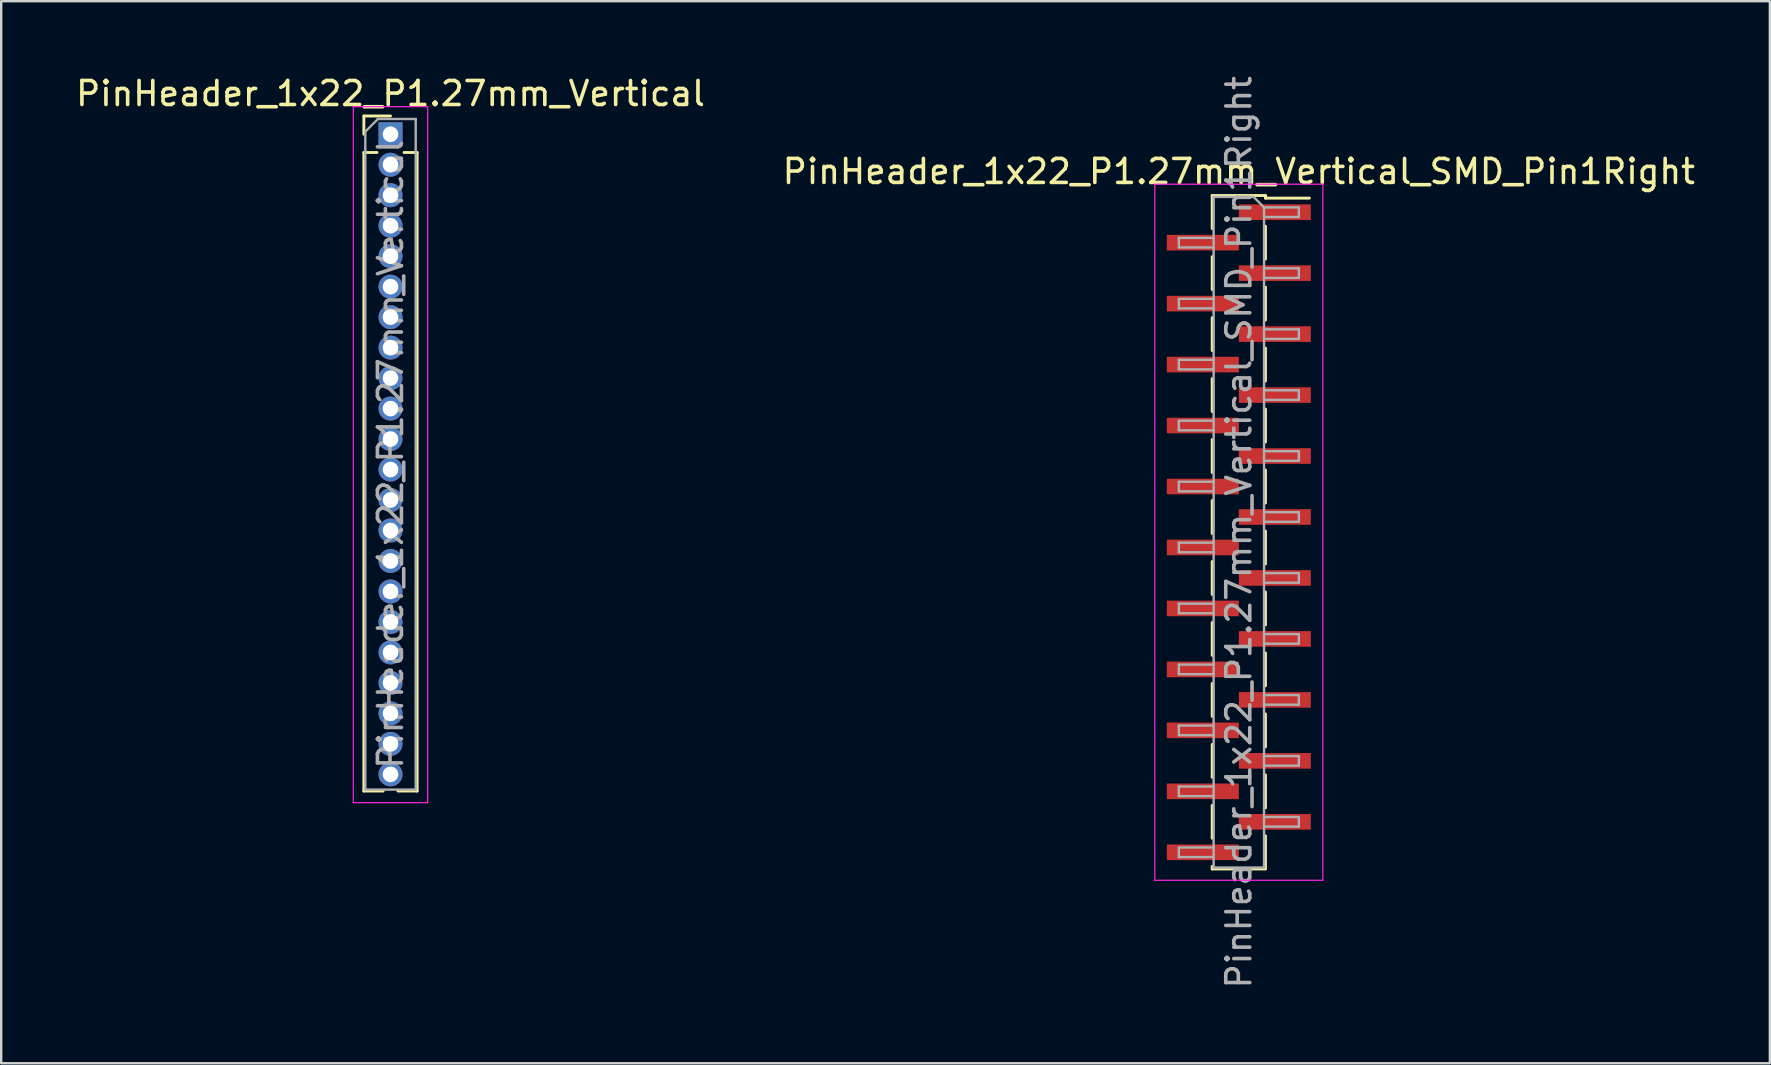
<source format=kicad_pcb>
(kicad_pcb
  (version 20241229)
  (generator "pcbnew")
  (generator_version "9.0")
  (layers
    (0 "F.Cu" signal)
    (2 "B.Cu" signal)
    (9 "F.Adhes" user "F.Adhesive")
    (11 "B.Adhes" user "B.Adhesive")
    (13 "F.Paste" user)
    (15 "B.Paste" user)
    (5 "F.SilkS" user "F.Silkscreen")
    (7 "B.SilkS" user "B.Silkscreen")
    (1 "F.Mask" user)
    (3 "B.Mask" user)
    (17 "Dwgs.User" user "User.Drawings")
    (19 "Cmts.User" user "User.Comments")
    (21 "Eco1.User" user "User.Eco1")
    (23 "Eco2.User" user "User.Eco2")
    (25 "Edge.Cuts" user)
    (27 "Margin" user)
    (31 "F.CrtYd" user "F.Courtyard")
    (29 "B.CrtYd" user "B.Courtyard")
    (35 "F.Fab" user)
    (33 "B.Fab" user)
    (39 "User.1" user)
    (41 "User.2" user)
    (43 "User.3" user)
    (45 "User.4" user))
  (footprint "PinHeader_1x22_P1.27mm_Vertical_SMD_Pin1Right"
    (layer "F.Cu")
    (at 48.565 19.125)
    (property "Reference" "PinHeader_1x22_P1.27mm_Vertical_SMD_Pin1Right" (at 0 -15.03 0) (layer "F.SilkS") (effects (font (size 1 1) (thickness 0.15))))
    (attr smd)
    (fp_line (start -1.11 -14.03) (end 1.11 -14.03) (stroke (width 0.12) (type solid)) (layer "F.SilkS"))
    (fp_line (start -1.11 -14.02) (end -1.11 -12.65) (stroke (width 0.12) (type solid)) (layer "F.SilkS"))
    (fp_line (start -1.11 -11.48) (end -1.11 -10.11) (stroke (width 0.12) (type solid)) (layer "F.SilkS"))
    (fp_line (start -1.11 -8.94) (end -1.11 -7.57) (stroke (width 0.12) (type solid)) (layer "F.SilkS"))
    (fp_line (start -1.11 -6.4) (end -1.11 -5.03) (stroke (width 0.12) (type solid)) (layer "F.SilkS"))
    (fp_line (start -1.11 -3.86) (end -1.11 -2.49) (stroke (width 0.12) (type solid)) (layer "F.SilkS"))
    (fp_line (start -1.11 -1.32) (end -1.11 0.05) (stroke (width 0.12) (type solid)) (layer "F.SilkS"))
    (fp_line (start -1.11 1.22) (end -1.11 2.59) (stroke (width 0.12) (type solid)) (layer "F.SilkS"))
    (fp_line (start -1.11 3.76) (end -1.11 5.13) (stroke (width 0.12) (type solid)) (layer "F.SilkS"))
    (fp_line (start -1.11 6.3) (end -1.11 7.67) (stroke (width 0.12) (type solid)) (layer "F.SilkS"))
    (fp_line (start -1.11 8.84) (end -1.11 10.21) (stroke (width 0.12) (type solid)) (layer "F.SilkS"))
    (fp_line (start -1.11 11.38) (end -1.11 12.75) (stroke (width 0.12) (type solid)) (layer "F.SilkS"))
    (fp_line (start -1.11 13.92) (end -1.11 14.03) (stroke (width 0.12) (type solid)) (layer "F.SilkS"))
    (fp_line (start -1.11 14.03) (end 1.11 14.03) (stroke (width 0.12) (type solid)) (layer "F.SilkS"))
    (fp_line (start 1.11 -14.03) (end 1.11 -13.92) (stroke (width 0.12) (type solid)) (layer "F.SilkS"))
    (fp_line (start 1.11 -13.92) (end 2.94 -13.92) (stroke (width 0.12) (type solid)) (layer "F.SilkS"))
    (fp_line (start 1.11 -12.75) (end 1.11 -11.38) (stroke (width 0.12) (type solid)) (layer "F.SilkS"))
    (fp_line (start 1.11 -10.21) (end 1.11 -8.84) (stroke (width 0.12) (type solid)) (layer "F.SilkS"))
    (fp_line (start 1.11 -7.67) (end 1.11 -6.3) (stroke (width 0.12) (type solid)) (layer "F.SilkS"))
    (fp_line (start 1.11 -5.13) (end 1.11 -3.76) (stroke (width 0.12) (type solid)) (layer "F.SilkS"))
    (fp_line (start 1.11 -2.59) (end 1.11 -1.22) (stroke (width 0.12) (type solid)) (layer "F.SilkS"))
    (fp_line (start 1.11 -0.05) (end 1.11 1.32) (stroke (width 0.12) (type solid)) (layer "F.SilkS"))
    (fp_line (start 1.11 2.49) (end 1.11 3.86) (stroke (width 0.12) (type solid)) (layer "F.SilkS"))
    (fp_line (start 1.11 5.03) (end 1.11 6.4) (stroke (width 0.12) (type solid)) (layer "F.SilkS"))
    (fp_line (start 1.11 7.57) (end 1.11 8.94) (stroke (width 0.12) (type solid)) (layer "F.SilkS"))
    (fp_line (start 1.11 10.11) (end 1.11 11.48) (stroke (width 0.12) (type solid)) (layer "F.SilkS"))
    (fp_line (start 1.11 12.65) (end 1.11 14.02) (stroke (width 0.12) (type solid)) (layer "F.SilkS"))
    (fp_line (start -3.5 -14.5) (end -3.5 14.5) (stroke (width 0.05) (type solid)) (layer "F.CrtYd"))
    (fp_line (start -3.5 14.5) (end 3.5 14.5) (stroke (width 0.05) (type solid)) (layer "F.CrtYd"))
    (fp_line (start 3.5 -14.5) (end -3.5 -14.5) (stroke (width 0.05) (type solid)) (layer "F.CrtYd"))
    (fp_line (start 3.5 14.5) (end 3.5 -14.5) (stroke (width 0.05) (type solid)) (layer "F.CrtYd"))
    (fp_line (start -2.5 -12.265) (end -2.5 -11.865) (stroke (width 0.1) (type solid)) (layer "F.Fab"))
    (fp_line (start -2.5 -11.865) (end -1.05 -11.865) (stroke (width 0.1) (type solid)) (layer "F.Fab"))
    (fp_line (start -2.5 -9.725) (end -2.5 -9.325) (stroke (width 0.1) (type solid)) (layer "F.Fab"))
    (fp_line (start -2.5 -9.325) (end -1.05 -9.325) (stroke (width 0.1) (type solid)) (layer "F.Fab"))
    (fp_line (start -2.5 -7.185) (end -2.5 -6.785) (stroke (width 0.1) (type solid)) (layer "F.Fab"))
    (fp_line (start -2.5 -6.785) (end -1.05 -6.785) (stroke (width 0.1) (type solid)) (layer "F.Fab"))
    (fp_line (start -2.5 -4.645) (end -2.5 -4.245) (stroke (width 0.1) (type solid)) (layer "F.Fab"))
    (fp_line (start -2.5 -4.245) (end -1.05 -4.245) (stroke (width 0.1) (type solid)) (layer "F.Fab"))
    (fp_line (start -2.5 -2.105) (end -2.5 -1.705) (stroke (width 0.1) (type solid)) (layer "F.Fab"))
    (fp_line (start -2.5 -1.705) (end -1.05 -1.705) (stroke (width 0.1) (type solid)) (layer "F.Fab"))
    (fp_line (start -2.5 0.435) (end -2.5 0.835) (stroke (width 0.1) (type solid)) (layer "F.Fab"))
    (fp_line (start -2.5 0.835) (end -1.05 0.835) (stroke (width 0.1) (type solid)) (layer "F.Fab"))
    (fp_line (start -2.5 2.975) (end -2.5 3.375) (stroke (width 0.1) (type solid)) (layer "F.Fab"))
    (fp_line (start -2.5 3.375) (end -1.05 3.375) (stroke (width 0.1) (type solid)) (layer "F.Fab"))
    (fp_line (start -2.5 5.515) (end -2.5 5.915) (stroke (width 0.1) (type solid)) (layer "F.Fab"))
    (fp_line (start -2.5 5.915) (end -1.05 5.915) (stroke (width 0.1) (type solid)) (layer "F.Fab"))
    (fp_line (start -2.5 8.055) (end -2.5 8.455) (stroke (width 0.1) (type solid)) (layer "F.Fab"))
    (fp_line (start -2.5 8.455) (end -1.05 8.455) (stroke (width 0.1) (type solid)) (layer "F.Fab"))
    (fp_line (start -2.5 10.595) (end -2.5 10.995) (stroke (width 0.1) (type solid)) (layer "F.Fab"))
    (fp_line (start -2.5 10.995) (end -1.05 10.995) (stroke (width 0.1) (type solid)) (layer "F.Fab"))
    (fp_line (start -2.5 13.135) (end -2.5 13.535) (stroke (width 0.1) (type solid)) (layer "F.Fab"))
    (fp_line (start -2.5 13.535) (end -1.05 13.535) (stroke (width 0.1) (type solid)) (layer "F.Fab"))
    (fp_line (start -1.05 -13.97) (end -1.05 13.97) (stroke (width 0.1) (type solid)) (layer "F.Fab"))
    (fp_line (start -1.05 -13.97) (end 0.615 -13.97) (stroke (width 0.1) (type solid)) (layer "F.Fab"))
    (fp_line (start -1.05 -12.265) (end -2.5 -12.265) (stroke (width 0.1) (type solid)) (layer "F.Fab"))
    (fp_line (start -1.05 -9.725) (end -2.5 -9.725) (stroke (width 0.1) (type solid)) (layer "F.Fab"))
    (fp_line (start -1.05 -7.185) (end -2.5 -7.185) (stroke (width 0.1) (type solid)) (layer "F.Fab"))
    (fp_line (start -1.05 -4.645) (end -2.5 -4.645) (stroke (width 0.1) (type solid)) (layer "F.Fab"))
    (fp_line (start -1.05 -2.105) (end -2.5 -2.105) (stroke (width 0.1) (type solid)) (layer "F.Fab"))
    (fp_line (start -1.05 0.435) (end -2.5 0.435) (stroke (width 0.1) (type solid)) (layer "F.Fab"))
    (fp_line (start -1.05 2.975) (end -2.5 2.975) (stroke (width 0.1) (type solid)) (layer "F.Fab"))
    (fp_line (start -1.05 5.515) (end -2.5 5.515) (stroke (width 0.1) (type solid)) (layer "F.Fab"))
    (fp_line (start -1.05 8.055) (end -2.5 8.055) (stroke (width 0.1) (type solid)) (layer "F.Fab"))
    (fp_line (start -1.05 10.595) (end -2.5 10.595) (stroke (width 0.1) (type solid)) (layer "F.Fab"))
    (fp_line (start -1.05 13.135) (end -2.5 13.135) (stroke (width 0.1) (type solid)) (layer "F.Fab"))
    (fp_line (start 1.05 -13.535) (end 0.615 -13.97) (stroke (width 0.1) (type solid)) (layer "F.Fab"))
    (fp_line (start 1.05 -13.535) (end 2.5 -13.535) (stroke (width 0.1) (type solid)) (layer "F.Fab"))
    (fp_line (start 1.05 -10.995) (end 2.5 -10.995) (stroke (width 0.1) (type solid)) (layer "F.Fab"))
    (fp_line (start 1.05 -8.455) (end 2.5 -8.455) (stroke (width 0.1) (type solid)) (layer "F.Fab"))
    (fp_line (start 1.05 -5.915) (end 2.5 -5.915) (stroke (width 0.1) (type solid)) (layer "F.Fab"))
    (fp_line (start 1.05 -3.375) (end 2.5 -3.375) (stroke (width 0.1) (type solid)) (layer "F.Fab"))
    (fp_line (start 1.05 -0.835) (end 2.5 -0.835) (stroke (width 0.1) (type solid)) (layer "F.Fab"))
    (fp_line (start 1.05 1.705) (end 2.5 1.705) (stroke (width 0.1) (type solid)) (layer "F.Fab"))
    (fp_line (start 1.05 4.245) (end 2.5 4.245) (stroke (width 0.1) (type solid)) (layer "F.Fab"))
    (fp_line (start 1.05 6.785) (end 2.5 6.785) (stroke (width 0.1) (type solid)) (layer "F.Fab"))
    (fp_line (start 1.05 9.325) (end 2.5 9.325) (stroke (width 0.1) (type solid)) (layer "F.Fab"))
    (fp_line (start 1.05 11.865) (end 2.5 11.865) (stroke (width 0.1) (type solid)) (layer "F.Fab"))
    (fp_line (start 1.05 13.97) (end -1.05 13.97) (stroke (width 0.1) (type solid)) (layer "F.Fab"))
    (fp_line (start 1.05 13.97) (end 1.05 -13.535) (stroke (width 0.1) (type solid)) (layer "F.Fab"))
    (fp_line (start 2.5 -13.535) (end 2.5 -13.135) (stroke (width 0.1) (type solid)) (layer "F.Fab"))
    (fp_line (start 2.5 -13.135) (end 1.05 -13.135) (stroke (width 0.1) (type solid)) (layer "F.Fab"))
    (fp_line (start 2.5 -10.995) (end 2.5 -10.595) (stroke (width 0.1) (type solid)) (layer "F.Fab"))
    (fp_line (start 2.5 -10.595) (end 1.05 -10.595) (stroke (width 0.1) (type solid)) (layer "F.Fab"))
    (fp_line (start 2.5 -8.455) (end 2.5 -8.055) (stroke (width 0.1) (type solid)) (layer "F.Fab"))
    (fp_line (start 2.5 -8.055) (end 1.05 -8.055) (stroke (width 0.1) (type solid)) (layer "F.Fab"))
    (fp_line (start 2.5 -5.915) (end 2.5 -5.515) (stroke (width 0.1) (type solid)) (layer "F.Fab"))
    (fp_line (start 2.5 -5.515) (end 1.05 -5.515) (stroke (width 0.1) (type solid)) (layer "F.Fab"))
    (fp_line (start 2.5 -3.375) (end 2.5 -2.975) (stroke (width 0.1) (type solid)) (layer "F.Fab"))
    (fp_line (start 2.5 -2.975) (end 1.05 -2.975) (stroke (width 0.1) (type solid)) (layer "F.Fab"))
    (fp_line (start 2.5 -0.835) (end 2.5 -0.435) (stroke (width 0.1) (type solid)) (layer "F.Fab"))
    (fp_line (start 2.5 -0.435) (end 1.05 -0.435) (stroke (width 0.1) (type solid)) (layer "F.Fab"))
    (fp_line (start 2.5 1.705) (end 2.5 2.105) (stroke (width 0.1) (type solid)) (layer "F.Fab"))
    (fp_line (start 2.5 2.105) (end 1.05 2.105) (stroke (width 0.1) (type solid)) (layer "F.Fab"))
    (fp_line (start 2.5 4.245) (end 2.5 4.645) (stroke (width 0.1) (type solid)) (layer "F.Fab"))
    (fp_line (start 2.5 4.645) (end 1.05 4.645) (stroke (width 0.1) (type solid)) (layer "F.Fab"))
    (fp_line (start 2.5 6.785) (end 2.5 7.185) (stroke (width 0.1) (type solid)) (layer "F.Fab"))
    (fp_line (start 2.5 7.185) (end 1.05 7.185) (stroke (width 0.1) (type solid)) (layer "F.Fab"))
    (fp_line (start 2.5 9.325) (end 2.5 9.725) (stroke (width 0.1) (type solid)) (layer "F.Fab"))
    (fp_line (start 2.5 9.725) (end 1.05 9.725) (stroke (width 0.1) (type solid)) (layer "F.Fab"))
    (fp_line (start 2.5 11.865) (end 2.5 12.265) (stroke (width 0.1) (type solid)) (layer "F.Fab"))
    (fp_line (start 2.5 12.265) (end 1.05 12.265) (stroke (width 0.1) (type solid)) (layer "F.Fab"))
    (fp_text user "${REFERENCE}" (at 0 0 90) (layer "F.Fab") (effects (font (size 1 1) (thickness 0.15))))
    (pad "1" smd rect (at 1.5 -13.335) (size 3 0.65) (layers "F.Cu" "F.Mask" "F.Paste"))
    (pad "2" smd rect (at -1.5 -12.065) (size 3 0.65) (layers "F.Cu" "F.Mask" "F.Paste"))
    (pad "3" smd rect (at 1.5 -10.795) (size 3 0.65) (layers "F.Cu" "F.Mask" "F.Paste"))
    (pad "4" smd rect (at -1.5 -9.525) (size 3 0.65) (layers "F.Cu" "F.Mask" "F.Paste"))
    (pad "5" smd rect (at 1.5 -8.255) (size 3 0.65) (layers "F.Cu" "F.Mask" "F.Paste"))
    (pad "6" smd rect (at -1.5 -6.985) (size 3 0.65) (layers "F.Cu" "F.Mask" "F.Paste"))
    (pad "7" smd rect (at 1.5 -5.715) (size 3 0.65) (layers "F.Cu" "F.Mask" "F.Paste"))
    (pad "8" smd rect (at -1.5 -4.445) (size 3 0.65) (layers "F.Cu" "F.Mask" "F.Paste"))
    (pad "9" smd rect (at 1.5 -3.175) (size 3 0.65) (layers "F.Cu" "F.Mask" "F.Paste"))
    (pad "10" smd rect (at -1.5 -1.905) (size 3 0.65) (layers "F.Cu" "F.Mask" "F.Paste"))
    (pad "11" smd rect (at 1.5 -0.635) (size 3 0.65) (layers "F.Cu" "F.Mask" "F.Paste"))
    (pad "12" smd rect (at -1.5 0.635) (size 3 0.65) (layers "F.Cu" "F.Mask" "F.Paste"))
    (pad "13" smd rect (at 1.5 1.905) (size 3 0.65) (layers "F.Cu" "F.Mask" "F.Paste"))
    (pad "14" smd rect (at -1.5 3.175) (size 3 0.65) (layers "F.Cu" "F.Mask" "F.Paste"))
    (pad "15" smd rect (at 1.5 4.445) (size 3 0.65) (layers "F.Cu" "F.Mask" "F.Paste"))
    (pad "16" smd rect (at -1.5 5.715) (size 3 0.65) (layers "F.Cu" "F.Mask" "F.Paste"))
    (pad "17" smd rect (at 1.5 6.985) (size 3 0.65) (layers "F.Cu" "F.Mask" "F.Paste"))
    (pad "18" smd rect (at -1.5 8.255) (size 3 0.65) (layers "F.Cu" "F.Mask" "F.Paste"))
    (pad "19" smd rect (at 1.5 9.525) (size 3 0.65) (layers "F.Cu" "F.Mask" "F.Paste"))
    (pad "20" smd rect (at -1.5 10.795) (size 3 0.65) (layers "F.Cu" "F.Mask" "F.Paste"))
    (pad "21" smd rect (at 1.5 12.065) (size 3 0.65) (layers "F.Cu" "F.Mask" "F.Paste"))
    (pad "22" smd rect (at -1.5 13.335) (size 3 0.65) (layers "F.Cu" "F.Mask" "F.Paste")))
  (footprint "PinHeader_1x22_P1.27mm_Vertical"
    (layer "F.Cu")
    (at 13.22 2.543)
    (property "Reference" "PinHeader_1x22_P1.27mm_Vertical" (at 0 -1.695 0) (layer "F.SilkS") (effects (font (size 1 1) (thickness 0.15))))
    (attr through_hole)
    (fp_line (start -1.11 -0.76) (end 0 -0.76) (stroke (width 0.12) (type solid)) (layer "F.SilkS"))
    (fp_line (start -1.11 0) (end -1.11 -0.76) (stroke (width 0.12) (type solid)) (layer "F.SilkS"))
    (fp_line (start -1.11 0.76) (end -1.11 27.365) (stroke (width 0.12) (type solid)) (layer "F.SilkS"))
    (fp_line (start -1.11 0.76) (end -0.563 0.76) (stroke (width 0.12) (type solid)) (layer "F.SilkS"))
    (fp_line (start -1.11 27.365) (end -0.308 27.365) (stroke (width 0.12) (type solid)) (layer "F.SilkS"))
    (fp_line (start 0.308 27.365) (end 1.11 27.365) (stroke (width 0.12) (type solid)) (layer "F.SilkS"))
    (fp_line (start 0.563 0.76) (end 1.11 0.76) (stroke (width 0.12) (type solid)) (layer "F.SilkS"))
    (fp_line (start 1.11 0.76) (end 1.11 27.365) (stroke (width 0.12) (type solid)) (layer "F.SilkS"))
    (fp_line (start -1.55 -1.15) (end -1.55 27.85) (stroke (width 0.05) (type solid)) (layer "F.CrtYd"))
    (fp_line (start -1.55 27.85) (end 1.55 27.85) (stroke (width 0.05) (type solid)) (layer "F.CrtYd"))
    (fp_line (start 1.55 -1.15) (end -1.55 -1.15) (stroke (width 0.05) (type solid)) (layer "F.CrtYd"))
    (fp_line (start 1.55 27.85) (end 1.55 -1.15) (stroke (width 0.05) (type solid)) (layer "F.CrtYd"))
    (fp_line (start -1.05 -0.11) (end -0.525 -0.635) (stroke (width 0.1) (type solid)) (layer "F.Fab"))
    (fp_line (start -1.05 27.305) (end -1.05 -0.11) (stroke (width 0.1) (type solid)) (layer "F.Fab"))
    (fp_line (start -0.525 -0.635) (end 1.05 -0.635) (stroke (width 0.1) (type solid)) (layer "F.Fab"))
    (fp_line (start 1.05 -0.635) (end 1.05 27.305) (stroke (width 0.1) (type solid)) (layer "F.Fab"))
    (fp_line (start 1.05 27.305) (end -1.05 27.305) (stroke (width 0.1) (type solid)) (layer "F.Fab"))
    (fp_text user "${REFERENCE}" (at 0 13.335 90) (layer "F.Fab") (effects (font (size 1 1) (thickness 0.15))))
    (pad "1" thru_hole rect (at 0 0) (size 1 1) (drill 0.65) (layers "*.Cu" "*.Mask"))
    (pad "2" thru_hole oval (at 0 1.27) (size 1 1) (drill 0.65) (layers "*.Cu" "*.Mask"))
    (pad "3" thru_hole oval (at 0 2.54) (size 1 1) (drill 0.65) (layers "*.Cu" "*.Mask"))
    (pad "4" thru_hole oval (at 0 3.81) (size 1 1) (drill 0.65) (layers "*.Cu" "*.Mask"))
    (pad "5" thru_hole oval (at 0 5.08) (size 1 1) (drill 0.65) (layers "*.Cu" "*.Mask"))
    (pad "6" thru_hole oval (at 0 6.35) (size 1 1) (drill 0.65) (layers "*.Cu" "*.Mask"))
    (pad "7" thru_hole oval (at 0 7.62) (size 1 1) (drill 0.65) (layers "*.Cu" "*.Mask"))
    (pad "8" thru_hole oval (at 0 8.89) (size 1 1) (drill 0.65) (layers "*.Cu" "*.Mask"))
    (pad "9" thru_hole oval (at 0 10.16) (size 1 1) (drill 0.65) (layers "*.Cu" "*.Mask"))
    (pad "10" thru_hole oval (at 0 11.43) (size 1 1) (drill 0.65) (layers "*.Cu" "*.Mask"))
    (pad "11" thru_hole oval (at 0 12.7) (size 1 1) (drill 0.65) (layers "*.Cu" "*.Mask"))
    (pad "12" thru_hole oval (at 0 13.97) (size 1 1) (drill 0.65) (layers "*.Cu" "*.Mask"))
    (pad "13" thru_hole oval (at 0 15.24) (size 1 1) (drill 0.65) (layers "*.Cu" "*.Mask"))
    (pad "14" thru_hole oval (at 0 16.51) (size 1 1) (drill 0.65) (layers "*.Cu" "*.Mask"))
    (pad "15" thru_hole oval (at 0 17.78) (size 1 1) (drill 0.65) (layers "*.Cu" "*.Mask"))
    (pad "16" thru_hole oval (at 0 19.05) (size 1 1) (drill 0.65) (layers "*.Cu" "*.Mask"))
    (pad "17" thru_hole oval (at 0 20.32) (size 1 1) (drill 0.65) (layers "*.Cu" "*.Mask"))
    (pad "18" thru_hole oval (at 0 21.59) (size 1 1) (drill 0.65) (layers "*.Cu" "*.Mask"))
    (pad "19" thru_hole oval (at 0 22.86) (size 1 1) (drill 0.65) (layers "*.Cu" "*.Mask"))
    (pad "20" thru_hole oval (at 0 24.13) (size 1 1) (drill 0.65) (layers "*.Cu" "*.Mask"))
    (pad "21" thru_hole oval (at 0 25.4) (size 1 1) (drill 0.65) (layers "*.Cu" "*.Mask"))
    (pad "22" thru_hole oval (at 0 26.67) (size 1 1) (drill 0.65) (layers "*.Cu" "*.Mask")))
  (gr_rect
    (start -3 -3)
    (end 70.69 41.25)
    (stroke (width 0.1) (type default))
    (fill no)
    (layer "Edge.Cuts")))
</source>
